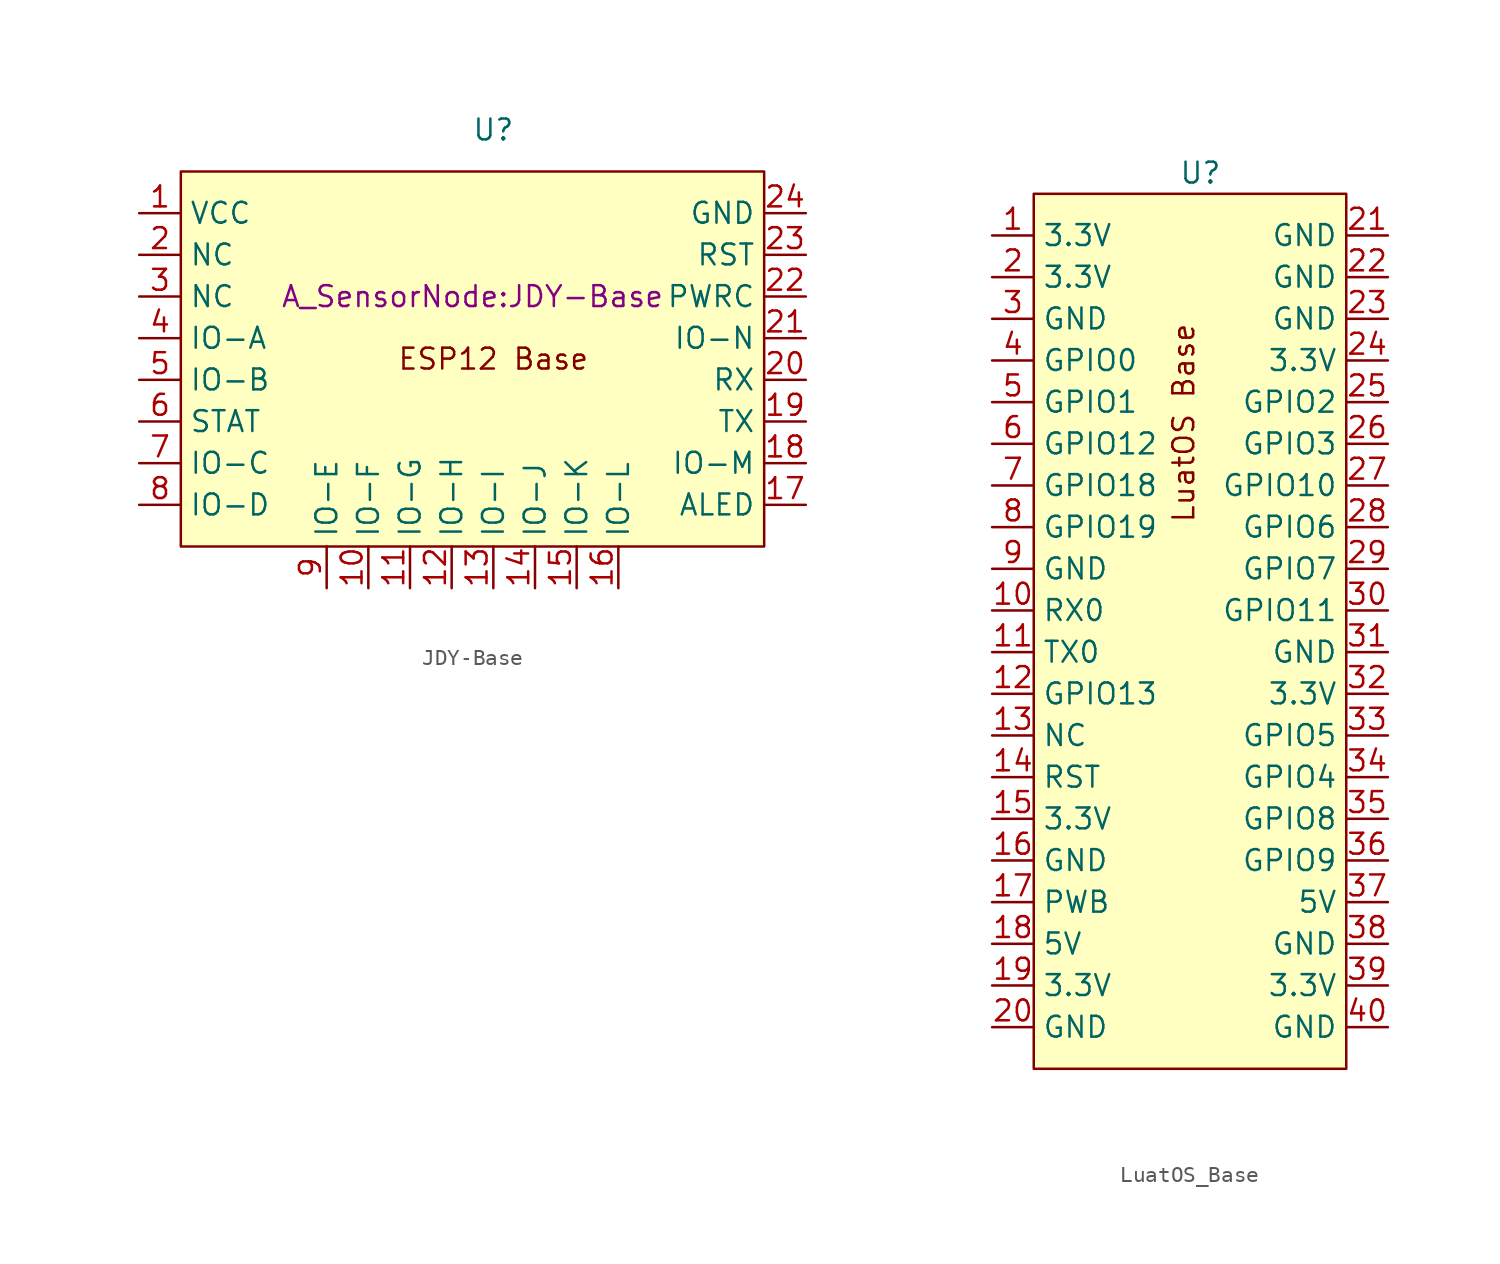
<source format=kicad_sym>
(kicad_symbol_lib
  (version 20220914)
  (generator kicad_symbol_editor)
  (symbol "JDY-Base"
    (property "Reference" "U"
      (at 0 0 0)
      (effects (font (size 1.27 1.27))))
    (property "Value" ""
      (at 0 0 0)
      (effects (font (size 1.27 1.27))))
    (property "Footprint" "A_SensorNode:JDY-Base"
      (at -1.27 -10.16 0)
      (effects (font (size 1.27 1.27))))
    (symbol "JDY-Base_1_1"
      (rectangle (start -19.05 -2.54) (end 16.51 -25.4) (stroke (width 0) (type default)) (fill (type background)))
      (text "ESP12 Base\n" (at 0 -13.97 0) (effects (font (size 1.27 1.27))))
      (pin bidirectional line (at -21.59 -5.08 0) (length 2.54) (name "VCC" (effects (font (size 1.27 1.27)))) (number "1" (effects (font (size 1.27 1.27)))))
      (pin bidirectional line (at -7.62 -27.94 90) (length 2.54) (name "IO-F" (effects (font (size 1.27 1.27)))) (number "10" (effects (font (size 1.27 1.27)))))
      (pin bidirectional line (at -5.08 -27.94 90) (length 2.54) (name "IO-G" (effects (font (size 1.27 1.27)))) (number "11" (effects (font (size 1.27 1.27)))))
      (pin bidirectional line (at -2.54 -27.94 90) (length 2.54) (name "IO-H" (effects (font (size 1.27 1.27)))) (number "12" (effects (font (size 1.27 1.27)))))
      (pin bidirectional line (at 0 -27.94 90) (length 2.54) (name "IO-I" (effects (font (size 1.27 1.27)))) (number "13" (effects (font (size 1.27 1.27)))))
      (pin bidirectional line (at 2.54 -27.94 90) (length 2.54) (name "IO-J" (effects (font (size 1.27 1.27)))) (number "14" (effects (font (size 1.27 1.27)))))
      (pin bidirectional line (at 5.08 -27.94 90) (length 2.54) (name "IO-K" (effects (font (size 1.27 1.27)))) (number "15" (effects (font (size 1.27 1.27)))))
      (pin bidirectional line (at 7.62 -27.94 90) (length 2.54) (name "IO-L" (effects (font (size 1.27 1.27)))) (number "16" (effects (font (size 1.27 1.27)))))
      (pin bidirectional line (at 19.05 -22.86 180) (length 2.54) (name "ALED" (effects (font (size 1.27 1.27)))) (number "17" (effects (font (size 1.27 1.27)))))
      (pin bidirectional line (at 19.05 -20.32 180) (length 2.54) (name "IO-M" (effects (font (size 1.27 1.27)))) (number "18" (effects (font (size 1.27 1.27)))))
      (pin bidirectional line (at 19.05 -17.78 180) (length 2.54) (name "TX" (effects (font (size 1.27 1.27)))) (number "19" (effects (font (size 1.27 1.27)))))
      (pin bidirectional line (at -21.59 -7.62 0) (length 2.54) (name "NC" (effects (font (size 1.27 1.27)))) (number "2" (effects (font (size 1.27 1.27)))))
      (pin bidirectional line (at 19.05 -15.24 180) (length 2.54) (name "RX" (effects (font (size 1.27 1.27)))) (number "20" (effects (font (size 1.27 1.27)))))
      (pin bidirectional line (at 19.05 -12.7 180) (length 2.54) (name "IO-N" (effects (font (size 1.27 1.27)))) (number "21" (effects (font (size 1.27 1.27)))))
      (pin bidirectional line (at 19.05 -10.16 180) (length 2.54) (name "PWRC" (effects (font (size 1.27 1.27)))) (number "22" (effects (font (size 1.27 1.27)))))
      (pin bidirectional line (at 19.05 -7.62 180) (length 2.54) (name "RST" (effects (font (size 1.27 1.27)))) (number "23" (effects (font (size 1.27 1.27)))))
      (pin bidirectional line (at 19.05 -5.08 180) (length 2.54) (name "GND" (effects (font (size 1.27 1.27)))) (number "24" (effects (font (size 1.27 1.27)))))
      (pin bidirectional line (at -21.59 -10.16 0) (length 2.54) (name "NC" (effects (font (size 1.27 1.27)))) (number "3" (effects (font (size 1.27 1.27)))))
      (pin bidirectional line (at -21.59 -12.7 0) (length 2.54) (name "IO-A" (effects (font (size 1.27 1.27)))) (number "4" (effects (font (size 1.27 1.27)))))
      (pin bidirectional line (at -21.59 -15.24 0) (length 2.54) (name "IO-B" (effects (font (size 1.27 1.27)))) (number "5" (effects (font (size 1.27 1.27)))))
      (pin bidirectional line (at -21.59 -17.78 0) (length 2.54) (name "STAT" (effects (font (size 1.27 1.27)))) (number "6" (effects (font (size 1.27 1.27)))))
      (pin bidirectional line (at -21.59 -20.32 0) (length 2.54) (name "IO-C" (effects (font (size 1.27 1.27)))) (number "7" (effects (font (size 1.27 1.27)))))
      (pin bidirectional line (at -21.59 -22.86 0) (length 2.54) (name "IO-D" (effects (font (size 1.27 1.27)))) (number "8" (effects (font (size 1.27 1.27)))))
      (pin bidirectional line (at -10.16 -27.94 90) (length 2.54) (name "IO-E" (effects (font (size 1.27 1.27)))) (number "9" (effects (font (size 1.27 1.27)))))))
  (symbol "LuatOS_Base"
    (property "Reference" "U"
      (at 1.27 -1.27 0)
      (effects (font (size 1.27 1.27))))
    (property "Value" ""
      (at 1.27 -1.27 0)
      (effects (font (size 1.27 1.27))))
    (symbol "LuatOS_Base_1_1"
      (rectangle (start -8.89 -2.54) (end 10.16 -55.88) (stroke (width 0) (type default)) (fill (type background)))
      (text "LuatOS Base\n\n" (at 1.27 -16.51 900) (effects (font (size 1.27 1.27))))
      (pin bidirectional line (at -11.43 -5.08 0) (length 2.54) (name "3.3V" (effects (font (size 1.27 1.27)))) (number "1" (effects (font (size 1.27 1.27)))))
      (pin bidirectional line (at -11.43 -27.94 0) (length 2.54) (name "RX0" (effects (font (size 1.27 1.27)))) (number "10" (effects (font (size 1.27 1.27)))))
      (pin bidirectional line (at -11.43 -30.48 0) (length 2.54) (name "TX0" (effects (font (size 1.27 1.27)))) (number "11" (effects (font (size 1.27 1.27)))))
      (pin bidirectional line (at -11.43 -33.02 0) (length 2.54) (name "GPIO13" (effects (font (size 1.27 1.27)))) (number "12" (effects (font (size 1.27 1.27)))))
      (pin bidirectional line (at -11.43 -35.56 0) (length 2.54) (name "NC" (effects (font (size 1.27 1.27)))) (number "13" (effects (font (size 1.27 1.27)))))
      (pin bidirectional line (at -11.43 -38.1 0) (length 2.54) (name "RST" (effects (font (size 1.27 1.27)))) (number "14" (effects (font (size 1.27 1.27)))))
      (pin bidirectional line (at -11.43 -40.64 0) (length 2.54) (name "3.3V" (effects (font (size 1.27 1.27)))) (number "15" (effects (font (size 1.27 1.27)))))
      (pin bidirectional line (at -11.43 -43.18 0) (length 2.54) (name "GND" (effects (font (size 1.27 1.27)))) (number "16" (effects (font (size 1.27 1.27)))))
      (pin bidirectional line (at -11.43 -45.72 0) (length 2.54) (name "PWB" (effects (font (size 1.27 1.27)))) (number "17" (effects (font (size 1.27 1.27)))))
      (pin bidirectional line (at -11.43 -48.26 0) (length 2.54) (name "5V" (effects (font (size 1.27 1.27)))) (number "18" (effects (font (size 1.27 1.27)))))
      (pin bidirectional line (at -11.43 -50.8 0) (length 2.54) (name "3.3V" (effects (font (size 1.27 1.27)))) (number "19" (effects (font (size 1.27 1.27)))))
      (pin bidirectional line (at -11.43 -7.62 0) (length 2.54) (name "3.3V" (effects (font (size 1.27 1.27)))) (number "2" (effects (font (size 1.27 1.27)))))
      (pin bidirectional line (at -11.43 -53.34 0) (length 2.54) (name "GND" (effects (font (size 1.27 1.27)))) (number "20" (effects (font (size 1.27 1.27)))))
      (pin bidirectional line (at 12.7 -5.08 180) (length 2.54) (name "GND" (effects (font (size 1.27 1.27)))) (number "21" (effects (font (size 1.27 1.27)))))
      (pin bidirectional line (at 12.7 -7.62 180) (length 2.54) (name "GND" (effects (font (size 1.27 1.27)))) (number "22" (effects (font (size 1.27 1.27)))))
      (pin bidirectional line (at 12.7 -10.16 180) (length 2.54) (name "GND" (effects (font (size 1.27 1.27)))) (number "23" (effects (font (size 1.27 1.27)))))
      (pin bidirectional line (at 12.7 -12.7 180) (length 2.54) (name "3.3V" (effects (font (size 1.27 1.27)))) (number "24" (effects (font (size 1.27 1.27)))))
      (pin bidirectional line (at 12.7 -15.24 180) (length 2.54) (name "GPIO2" (effects (font (size 1.27 1.27)))) (number "25" (effects (font (size 1.27 1.27)))))
      (pin bidirectional line (at 12.7 -17.78 180) (length 2.54) (name "GPIO3" (effects (font (size 1.27 1.27)))) (number "26" (effects (font (size 1.27 1.27)))))
      (pin bidirectional line (at 12.7 -20.32 180) (length 2.54) (name "GPIO10" (effects (font (size 1.27 1.27)))) (number "27" (effects (font (size 1.27 1.27)))))
      (pin bidirectional line (at 12.7 -22.86 180) (length 2.54) (name "GPIO6" (effects (font (size 1.27 1.27)))) (number "28" (effects (font (size 1.27 1.27)))))
      (pin bidirectional line (at 12.7 -25.4 180) (length 2.54) (name "GPIO7" (effects (font (size 1.27 1.27)))) (number "29" (effects (font (size 1.27 1.27)))))
      (pin bidirectional line (at -11.43 -10.16 0) (length 2.54) (name "GND" (effects (font (size 1.27 1.27)))) (number "3" (effects (font (size 1.27 1.27)))))
      (pin bidirectional line (at 12.7 -27.94 180) (length 2.54) (name "GPIO11" (effects (font (size 1.27 1.27)))) (number "30" (effects (font (size 1.27 1.27)))))
      (pin bidirectional line (at 12.7 -30.48 180) (length 2.54) (name "GND" (effects (font (size 1.27 1.27)))) (number "31" (effects (font (size 1.27 1.27)))))
      (pin bidirectional line (at 12.7 -33.02 180) (length 2.54) (name "3.3V" (effects (font (size 1.27 1.27)))) (number "32" (effects (font (size 1.27 1.27)))))
      (pin bidirectional line (at 12.7 -35.56 180) (length 2.54) (name "GPIO5" (effects (font (size 1.27 1.27)))) (number "33" (effects (font (size 1.27 1.27)))))
      (pin bidirectional line (at 12.7 -38.1 180) (length 2.54) (name "GPIO4" (effects (font (size 1.27 1.27)))) (number "34" (effects (font (size 1.27 1.27)))))
      (pin bidirectional line (at 12.7 -40.64 180) (length 2.54) (name "GPIO8" (effects (font (size 1.27 1.27)))) (number "35" (effects (font (size 1.27 1.27)))))
      (pin bidirectional line (at 12.7 -43.18 180) (length 2.54) (name "GPIO9" (effects (font (size 1.27 1.27)))) (number "36" (effects (font (size 1.27 1.27)))))
      (pin bidirectional line (at 12.7 -45.72 180) (length 2.54) (name "5V" (effects (font (size 1.27 1.27)))) (number "37" (effects (font (size 1.27 1.27)))))
      (pin bidirectional line (at 12.7 -48.26 180) (length 2.54) (name "GND" (effects (font (size 1.27 1.27)))) (number "38" (effects (font (size 1.27 1.27)))))
      (pin bidirectional line (at 12.7 -50.8 180) (length 2.54) (name "3.3V" (effects (font (size 1.27 1.27)))) (number "39" (effects (font (size 1.27 1.27)))))
      (pin bidirectional line (at -11.43 -12.7 0) (length 2.54) (name "GPIO0" (effects (font (size 1.27 1.27)))) (number "4" (effects (font (size 1.27 1.27)))))
      (pin bidirectional line (at 12.7 -53.34 180) (length 2.54) (name "GND" (effects (font (size 1.27 1.27)))) (number "40" (effects (font (size 1.27 1.27)))))
      (pin bidirectional line (at -11.43 -15.24 0) (length 2.54) (name "GPIO1" (effects (font (size 1.27 1.27)))) (number "5" (effects (font (size 1.27 1.27)))))
      (pin bidirectional line (at -11.43 -17.78 0) (length 2.54) (name "GPIO12" (effects (font (size 1.27 1.27)))) (number "6" (effects (font (size 1.27 1.27)))))
      (pin bidirectional line (at -11.43 -20.32 0) (length 2.54) (name "GPIO18" (effects (font (size 1.27 1.27)))) (number "7" (effects (font (size 1.27 1.27)))))
      (pin bidirectional line (at -11.43 -22.86 0) (length 2.54) (name "GPIO19" (effects (font (size 1.27 1.27)))) (number "8" (effects (font (size 1.27 1.27)))))
      (pin bidirectional line (at -11.43 -25.4 0) (length 2.54) (name "GND" (effects (font (size 1.27 1.27)))) (number "9" (effects (font (size 1.27 1.27))))))))
</source>
